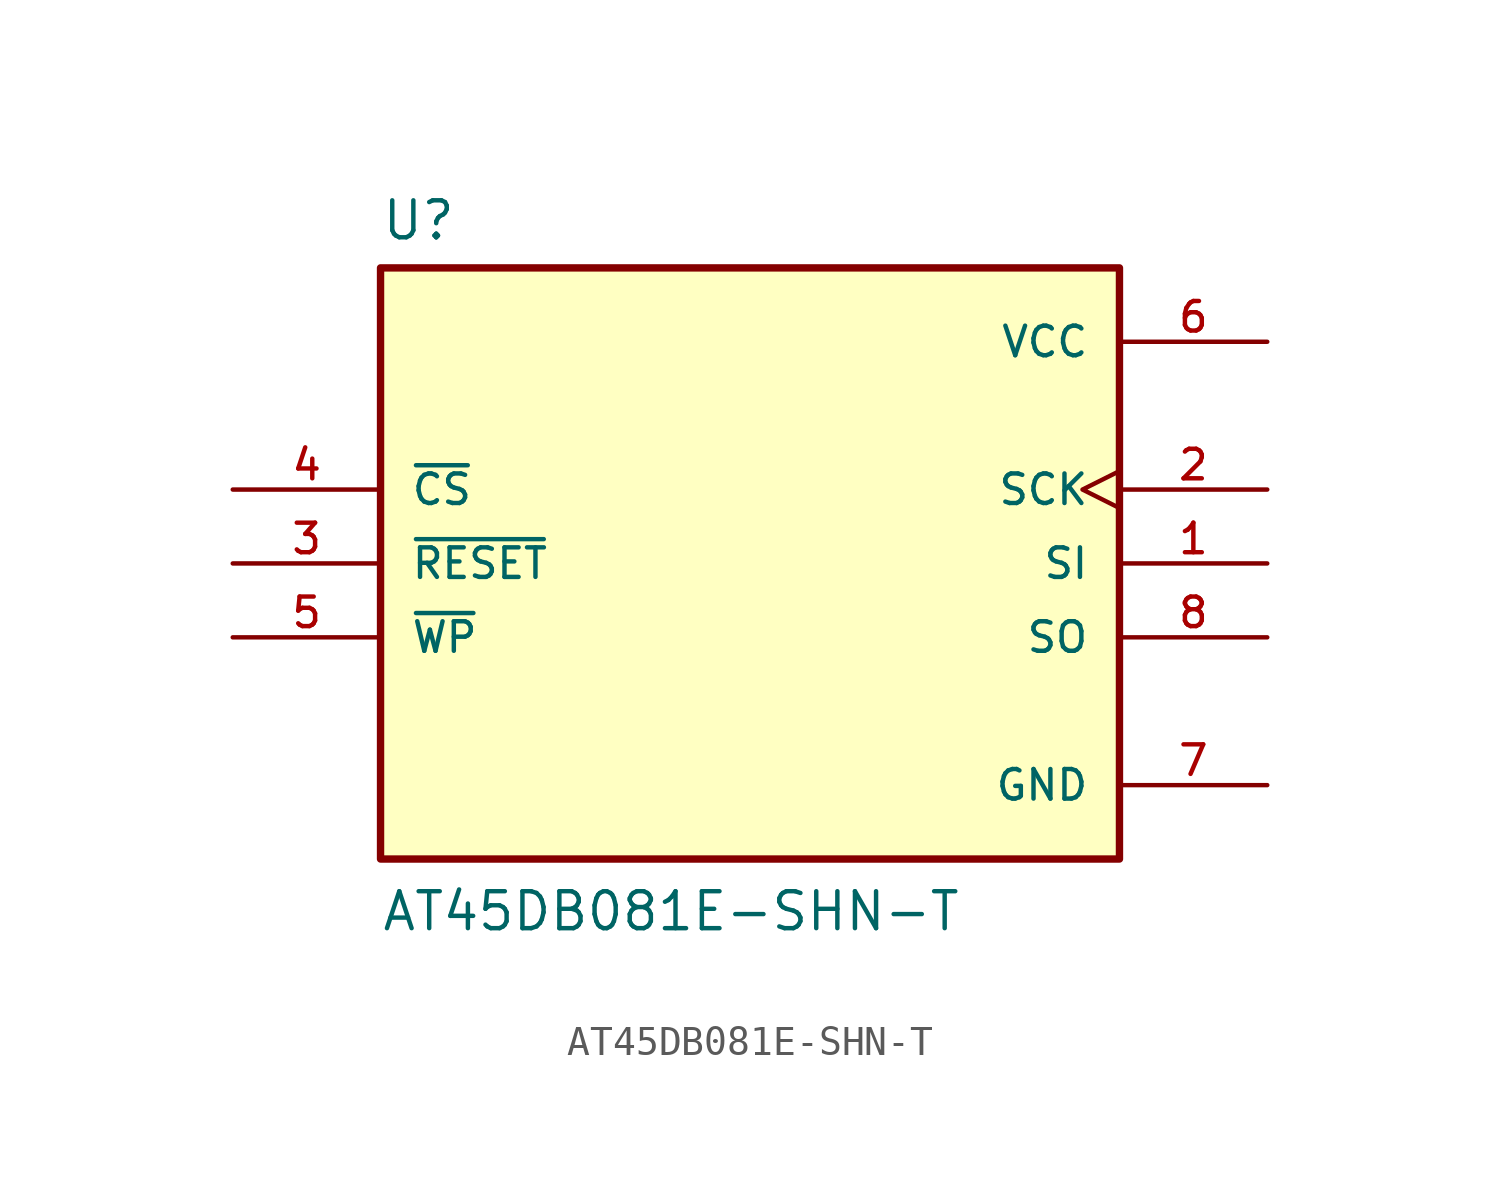
<source format=kicad_sym>
(kicad_symbol_lib
  (version 20211014)
  (generator kicad_symbol_editor)
  (symbol "AT45DB081E-SHN-T"
    (pin_names
      (offset 1.016))
    (property "Reference" "U"
      (at -12.7 11.049 0.0)
      (effects (font (size 1.27 1.27)) (justify bottom left)))
    (property "Value" "AT45DB081E-SHN-T"
      (at -12.7 -12.7 0.0)
      (effects (font (size 1.27 1.27)) (justify bottom left)))
    (symbol "AT45DB081E-SHN-T_0_0"
      (rectangle (start -12.7 -10.16) (end 12.7 10.16) (stroke (width 0.254)) (fill (type background)))
      (pin input line (at -17.78 2.54 0) (length 5.08) (name "~{CS}" (effects (font (size 1.016 1.016)))) (number "4" (effects (font (size 1.016 1.016)))))
      (pin input line (at -17.78 0.0 0) (length 5.08) (name "~{RESET}" (effects (font (size 1.016 1.016)))) (number "3" (effects (font (size 1.016 1.016)))))
      (pin input line (at -17.78 -2.54 0) (length 5.08) (name "~{WP}" (effects (font (size 1.016 1.016)))) (number "5" (effects (font (size 1.016 1.016)))))
      (pin input clock (at 17.78 2.54 180.0) (length 5.08) (name "SCK" (effects (font (size 1.016 1.016)))) (number "2" (effects (font (size 1.016 1.016)))))
      (pin input line (at 17.78 0.0 180.0) (length 5.08) (name "SI" (effects (font (size 1.016 1.016)))) (number "1" (effects (font (size 1.016 1.016)))))
      (pin power_in line (at 17.78 7.62 180.0) (length 5.08) (name "VCC" (effects (font (size 1.016 1.016)))) (number "6" (effects (font (size 1.016 1.016)))))
      (pin output line (at 17.78 -2.54 180.0) (length 5.08) (name "SO" (effects (font (size 1.016 1.016)))) (number "8" (effects (font (size 1.016 1.016)))))
      (pin power_in line (at 17.78 -7.62 180.0) (length 5.08) (name "GND" (effects (font (size 1.016 1.016)))) (number "7" (effects (font (size 1.016 1.016))))))))
</source>
